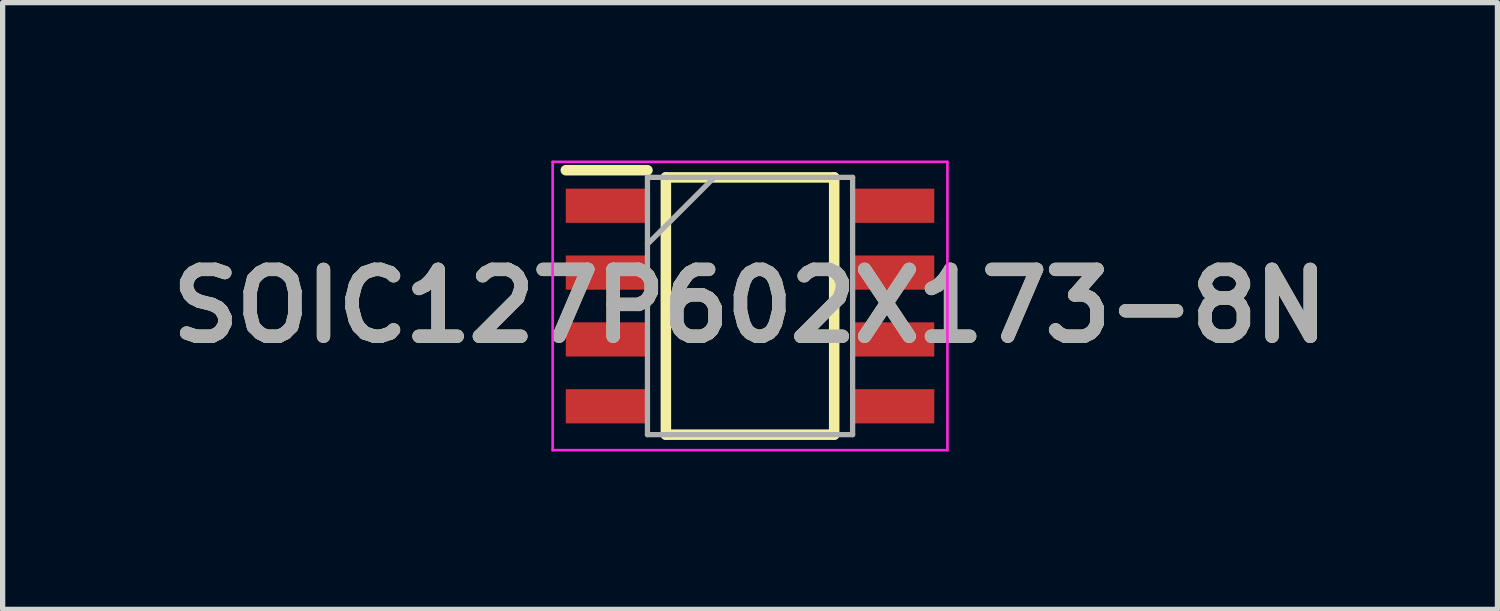
<source format=kicad_pcb>
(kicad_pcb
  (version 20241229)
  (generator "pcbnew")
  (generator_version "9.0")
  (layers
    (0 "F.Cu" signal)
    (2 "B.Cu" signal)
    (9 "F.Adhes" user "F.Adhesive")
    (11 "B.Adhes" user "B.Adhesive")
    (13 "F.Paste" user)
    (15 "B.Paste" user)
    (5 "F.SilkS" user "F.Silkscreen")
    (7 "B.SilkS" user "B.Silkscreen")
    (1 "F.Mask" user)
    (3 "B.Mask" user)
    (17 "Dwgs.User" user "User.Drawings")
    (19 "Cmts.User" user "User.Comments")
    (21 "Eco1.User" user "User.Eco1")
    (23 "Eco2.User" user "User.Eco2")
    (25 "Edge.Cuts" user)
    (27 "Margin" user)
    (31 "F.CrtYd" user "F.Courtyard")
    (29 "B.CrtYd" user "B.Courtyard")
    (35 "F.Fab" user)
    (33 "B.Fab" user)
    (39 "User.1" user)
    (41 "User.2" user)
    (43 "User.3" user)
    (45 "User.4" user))
  (footprint "SOIC127P602X173-8N"
    (layer "F.Cu")
    (at 11.2 2.764)
    (property "Reference" "SOIC127P602X173-8N" (at 0 0 0) (layer "F.SilkS") (effects (font (size 1.27 1.27) (thickness 0.254))))
    (attr smd)
    (fp_line (start -3.5 -2.58) (end -1.949 -2.58) (stroke (width 0.2) (type solid)) (layer "F.SilkS"))
    (fp_line (start -1.599 -2.444) (end 1.599 -2.444) (stroke (width 0.2) (type solid)) (layer "F.SilkS"))
    (fp_line (start -1.599 2.444) (end -1.599 -2.444) (stroke (width 0.2) (type solid)) (layer "F.SilkS"))
    (fp_line (start 1.599 -2.444) (end 1.599 2.444) (stroke (width 0.2) (type solid)) (layer "F.SilkS"))
    (fp_line (start 1.599 2.444) (end -1.599 2.444) (stroke (width 0.2) (type solid)) (layer "F.SilkS"))
    (fp_line (start -3.75 -2.739) (end 3.75 -2.739) (stroke (width 0.05) (type solid)) (layer "F.CrtYd"))
    (fp_line (start -3.75 2.739) (end -3.75 -2.739) (stroke (width 0.05) (type solid)) (layer "F.CrtYd"))
    (fp_line (start 3.75 -2.739) (end 3.75 2.739) (stroke (width 0.05) (type solid)) (layer "F.CrtYd"))
    (fp_line (start 3.75 2.739) (end -3.75 2.739) (stroke (width 0.05) (type solid)) (layer "F.CrtYd"))
    (fp_line (start -1.949 -2.444) (end 1.949 -2.444) (stroke (width 0.1) (type solid)) (layer "F.Fab"))
    (fp_line (start -1.949 -1.174) (end -0.679 -2.444) (stroke (width 0.1) (type solid)) (layer "F.Fab"))
    (fp_line (start -1.949 2.444) (end -1.949 -2.444) (stroke (width 0.1) (type solid)) (layer "F.Fab"))
    (fp_line (start 1.949 -2.444) (end 1.949 2.444) (stroke (width 0.1) (type solid)) (layer "F.Fab"))
    (fp_line (start 1.949 2.444) (end -1.949 2.444) (stroke (width 0.1) (type solid)) (layer "F.Fab"))
    (fp_text user "${REFERENCE}" (at 0 0 0) (layer "F.Fab") (effects (font (size 1.27 1.27) (thickness 0.254))))
    (pad "1" smd rect (at -2.725 -1.905 90) (size 0.65 1.551) (layers "F.Cu" "F.Paste"))
    (pad "2" smd rect (at -2.725 -0.635 90) (size 0.65 1.551) (layers "F.Cu" "F.Paste"))
    (pad "3" smd rect (at -2.725 0.635 90) (size 0.65 1.551) (layers "F.Cu" "F.Paste"))
    (pad "4" smd rect (at -2.725 1.905 90) (size 0.65 1.551) (layers "F.Cu" "F.Paste"))
    (pad "5" smd rect (at 2.725 1.905 90) (size 0.65 1.551) (layers "F.Cu" "F.Paste"))
    (pad "6" smd rect (at 2.725 0.635 90) (size 0.65 1.551) (layers "F.Cu" "F.Paste"))
    (pad "7" smd rect (at 2.725 -0.635 90) (size 0.65 1.551) (layers "F.Cu" "F.Paste"))
    (pad "8" smd rect (at 2.725 -1.905 90) (size 0.65 1.551) (layers "F.Cu" "F.Paste")))
  (gr_rect
    (start -3 -3)
    (end 25.4 8.528)
    (stroke (width 0.1) (type default))
    (fill no)
    (layer "Edge.Cuts")))
</source>
